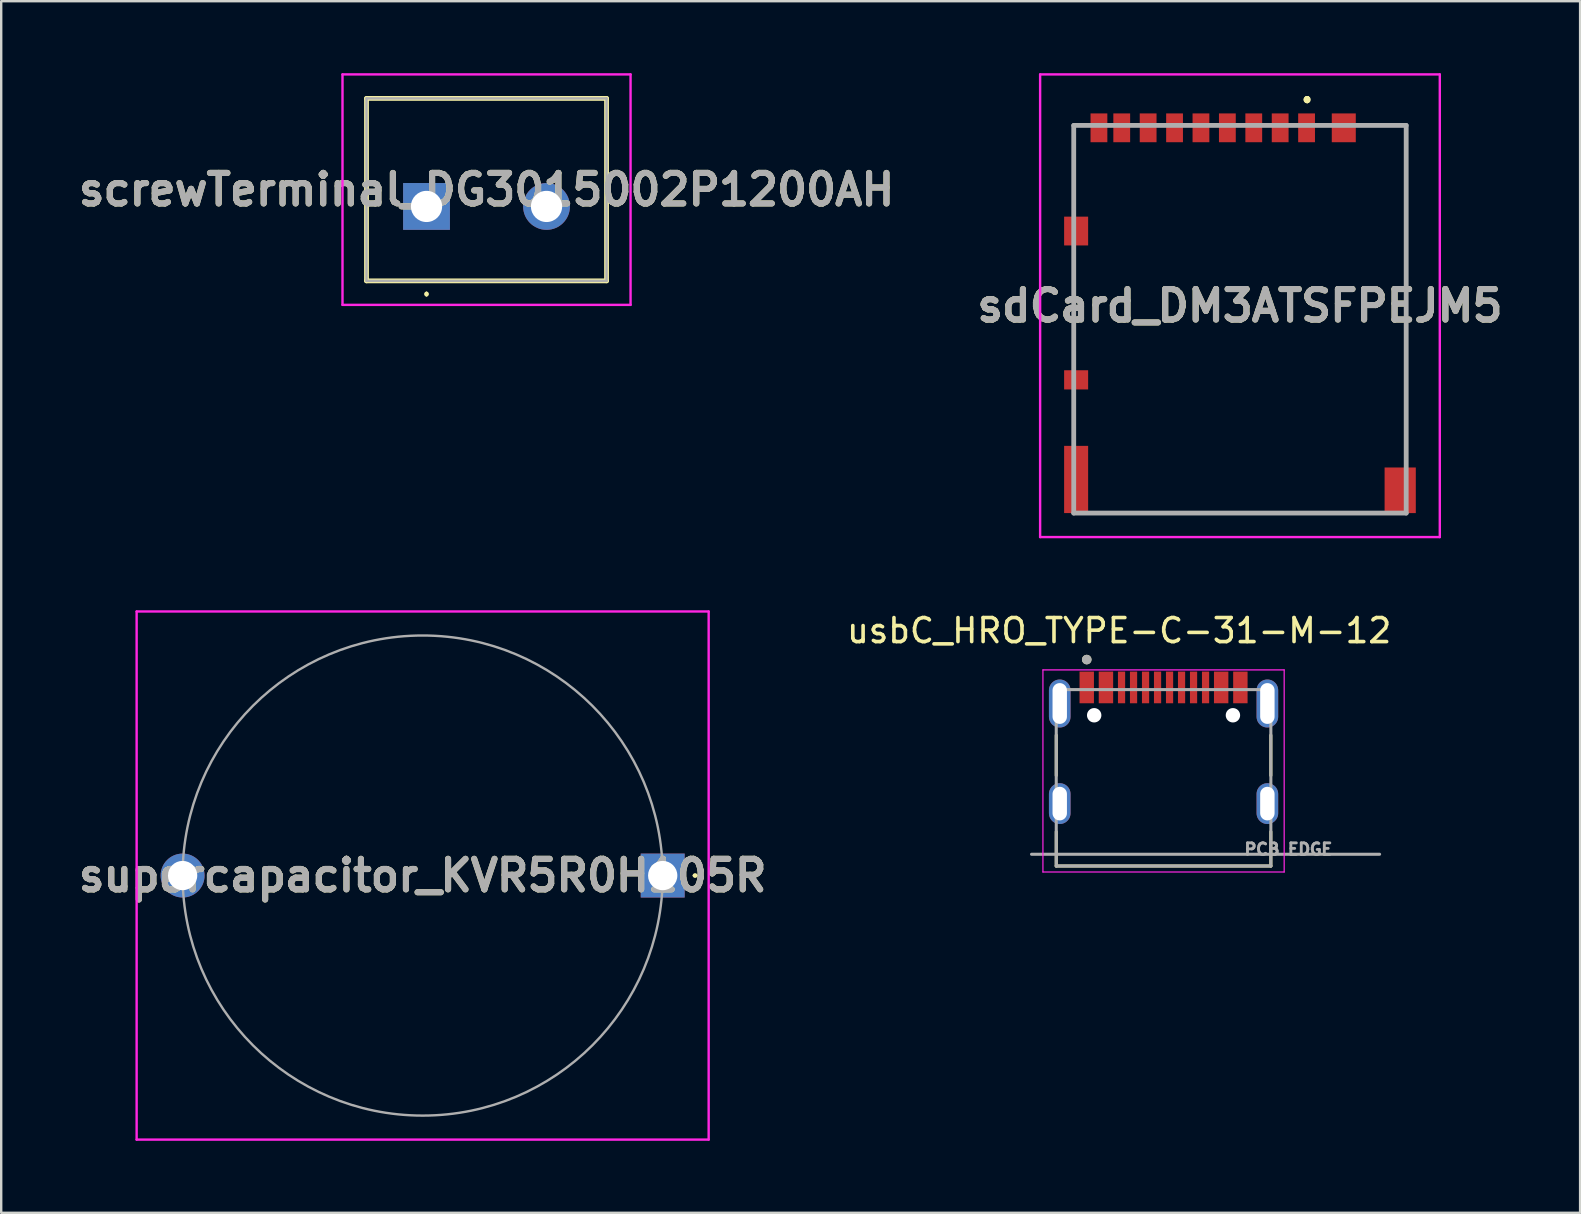
<source format=kicad_pcb>
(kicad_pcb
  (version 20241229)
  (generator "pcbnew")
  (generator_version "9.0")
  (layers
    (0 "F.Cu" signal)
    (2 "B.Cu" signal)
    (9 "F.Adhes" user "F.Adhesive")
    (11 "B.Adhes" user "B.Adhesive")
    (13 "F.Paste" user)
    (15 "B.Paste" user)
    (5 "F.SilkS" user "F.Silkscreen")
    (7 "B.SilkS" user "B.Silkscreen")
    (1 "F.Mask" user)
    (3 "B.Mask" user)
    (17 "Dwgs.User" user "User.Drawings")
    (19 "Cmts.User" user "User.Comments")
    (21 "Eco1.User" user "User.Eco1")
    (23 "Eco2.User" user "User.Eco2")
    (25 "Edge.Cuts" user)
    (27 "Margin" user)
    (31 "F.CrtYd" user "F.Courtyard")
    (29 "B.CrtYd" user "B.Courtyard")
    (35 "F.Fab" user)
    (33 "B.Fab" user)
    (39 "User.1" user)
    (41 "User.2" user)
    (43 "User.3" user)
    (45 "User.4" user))
  (footprint "sdCard_DM3ATSFPEJM5"
    (layer "F.Cu")
    (at 48.605 9.687)
    (property "Reference" "sdCard_DM3ATSFPEJM5" (at 0 0 0) (layer "F.SilkS") (effects (font (size 1.27 1.27) (thickness 0.254))))
    (attr smd)
    (fp_line (start -6.925 -7.512) (end -6.925 -4.438) (stroke (width 0.1) (type solid)) (layer "F.SilkS"))
    (fp_line (start -6.925 -1.938) (end -6.925 2.063) (stroke (width 0.1) (type solid)) (layer "F.SilkS"))
    (fp_line (start -6.925 4.063) (end -6.925 5.313) (stroke (width 0.1) (type solid)) (layer "F.SilkS"))
    (fp_line (start 2.8 -8.637) (end 2.8 -8.637) (stroke (width 0.2) (type solid)) (layer "F.SilkS"))
    (fp_line (start 2.8 -8.637) (end 2.8 -8.637) (stroke (width 0.2) (type solid)) (layer "F.SilkS"))
    (fp_line (start 2.8 -8.537) (end 2.8 -8.537) (stroke (width 0.2) (type solid)) (layer "F.SilkS"))
    (fp_line (start 5.5 -7.512) (end 6.925 -7.512) (stroke (width 0.1) (type solid)) (layer "F.SilkS"))
    (fp_line (start 5.5 8.637) (end -5.75 8.637) (stroke (width 0.1) (type solid)) (layer "F.SilkS"))
    (fp_line (start 6.925 -7.512) (end 6.925 6.313) (stroke (width 0.1) (type solid)) (layer "F.SilkS"))
    (fp_arc (start 2.8 -8.637) (mid 2.85 -8.587) (end 2.8 -8.537) (stroke (width 0.2) (type solid)) (layer "F.SilkS"))
    (fp_arc (start 2.8 -8.537) (mid 2.75 -8.587) (end 2.8 -8.637) (stroke (width 0.2) (type solid)) (layer "F.SilkS"))
    (fp_arc (start 2.8 -8.537) (mid 2.75 -8.587) (end 2.8 -8.637) (stroke (width 0.2) (type solid)) (layer "F.SilkS"))
    (fp_line (start -8.325 -9.637) (end 8.325 -9.637) (stroke (width 0.1) (type solid)) (layer "F.CrtYd"))
    (fp_line (start -8.325 9.637) (end -8.325 -9.637) (stroke (width 0.1) (type solid)) (layer "F.CrtYd"))
    (fp_line (start 8.325 -9.637) (end 8.325 9.637) (stroke (width 0.1) (type solid)) (layer "F.CrtYd"))
    (fp_line (start 8.325 9.637) (end -8.325 9.637) (stroke (width 0.1) (type solid)) (layer "F.CrtYd"))
    (fp_line (start -6.925 -7.512) (end 6.925 -7.512) (stroke (width 0.2) (type solid)) (layer "F.Fab"))
    (fp_line (start -6.925 8.637) (end -6.925 -7.512) (stroke (width 0.2) (type solid)) (layer "F.Fab"))
    (fp_line (start 6.925 -7.512) (end 6.925 8.637) (stroke (width 0.2) (type solid)) (layer "F.Fab"))
    (fp_line (start 6.925 8.637) (end -6.925 8.637) (stroke (width 0.2) (type solid)) (layer "F.Fab"))
    (fp_text user "${REFERENCE}" (at 0 0 0) (layer "F.Fab") (effects (font (size 1.27 1.27) (thickness 0.254))))
    (pad "1" smd rect (at 2.775 -7.412) (size 0.7 1.2) (layers "F.Cu" "F.Mask" "F.Paste"))
    (pad "2" smd rect (at 1.675 -7.412) (size 0.7 1.2) (layers "F.Cu" "F.Mask" "F.Paste"))
    (pad "3" smd rect (at 0.575 -7.412) (size 0.7 1.2) (layers "F.Cu" "F.Mask" "F.Paste"))
    (pad "4" smd rect (at -0.525 -7.412) (size 0.7 1.2) (layers "F.Cu" "F.Mask" "F.Paste"))
    (pad "5" smd rect (at -1.625 -7.412) (size 0.7 1.2) (layers "F.Cu" "F.Mask" "F.Paste"))
    (pad "6" smd rect (at -2.725 -7.412) (size 0.7 1.2) (layers "F.Cu" "F.Mask" "F.Paste"))
    (pad "7" smd rect (at -3.825 -7.412) (size 0.7 1.2) (layers "F.Cu" "F.Mask" "F.Paste"))
    (pad "8" smd rect (at -4.925 -7.412) (size 0.7 1.2) (layers "F.Cu" "F.Mask" "F.Paste"))
    (pad "MP1" smd rect (at 4.325 -7.412) (size 1 1.2) (layers "F.Cu" "F.Mask" "F.Paste"))
    (pad "MP2" smd rect (at -5.875 -7.412) (size 0.7 1.2) (layers "F.Cu" "F.Mask" "F.Paste"))
    (pad "MP3" smd rect (at -6.825 -3.112) (size 1 1.2) (layers "F.Cu" "F.Mask" "F.Paste"))
    (pad "MP4" smd rect (at -6.825 3.087 90) (size 0.8 1) (layers "F.Cu" "F.Mask" "F.Paste"))
    (pad "MP5" smd rect (at -6.825 7.237) (size 1 2.8) (layers "F.Cu" "F.Mask" "F.Paste"))
    (pad "MP6" smd rect (at 6.675 7.688) (size 1.3 1.9) (layers "F.Cu" "F.Mask" "F.Paste")))
  (footprint "usbC_HRO_TYPE-C-31-M-12"
    (layer "F.Cu")
    (at 45.422 30.427)
    (property "Reference" "usbC_HRO_TYPE-C-31-M-12" (at -1.85 -7.205 0) (layer "F.SilkS") (effects (font (size 1 1) (thickness 0.15))))
    (attr smd)
    (fp_poly (pts (xy -3.55 -5.57) (xy -2.85 -5.57) (xy -2.85 -4.13) (xy -3.55 -4.13)) (stroke (width 0.01) (type solid)) (fill yes) (layer "F.Mask"))
    (fp_poly (pts (xy -2.75 -5.57) (xy -2.05 -5.57) (xy -2.05 -4.13) (xy -2.75 -4.13)) (stroke (width 0.01) (type solid)) (fill yes) (layer "F.Mask"))
    (fp_poly (pts (xy -1.95 -5.57) (xy -1.55 -5.57) (xy -1.55 -4.13) (xy -1.95 -4.13)) (stroke (width 0.01) (type solid)) (fill yes) (layer "F.Mask"))
    (fp_poly (pts (xy -1.45 -5.57) (xy -1.05 -5.57) (xy -1.05 -4.13) (xy -1.45 -4.13)) (stroke (width 0.01) (type solid)) (fill yes) (layer "F.Mask"))
    (fp_poly (pts (xy -0.95 -5.57) (xy -0.55 -5.57) (xy -0.55 -4.13) (xy -0.95 -4.13)) (stroke (width 0.01) (type solid)) (fill yes) (layer "F.Mask"))
    (fp_poly (pts (xy -0.45 -5.57) (xy -0.05 -5.57) (xy -0.05 -4.13) (xy -0.45 -4.13)) (stroke (width 0.01) (type solid)) (fill yes) (layer "F.Mask"))
    (fp_poly (pts (xy 0.05 -5.57) (xy 0.45 -5.57) (xy 0.45 -4.13) (xy 0.05 -4.13)) (stroke (width 0.01) (type solid)) (fill yes) (layer "F.Mask"))
    (fp_poly (pts (xy 0.55 -5.57) (xy 0.95 -5.57) (xy 0.95 -4.13) (xy 0.55 -4.13)) (stroke (width 0.01) (type solid)) (fill yes) (layer "F.Mask"))
    (fp_poly (pts (xy 1.05 -5.57) (xy 1.45 -5.57) (xy 1.45 -4.13) (xy 1.05 -4.13)) (stroke (width 0.01) (type solid)) (fill yes) (layer "F.Mask"))
    (fp_poly (pts (xy 1.55 -5.57) (xy 1.95 -5.57) (xy 1.95 -4.13) (xy 1.55 -4.13)) (stroke (width 0.01) (type solid)) (fill yes) (layer "F.Mask"))
    (fp_poly (pts (xy 2.05 -5.57) (xy 2.75 -5.57) (xy 2.75 -4.13) (xy 2.05 -4.13)) (stroke (width 0.01) (type solid)) (fill yes) (layer "F.Mask"))
    (fp_poly (pts (xy 2.85 -5.57) (xy 3.55 -5.57) (xy 3.55 -4.13) (xy 2.85 -4.13)) (stroke (width 0.01) (type solid)) (fill yes) (layer "F.Mask"))
    (fp_line (start -4.47 -2.85) (end -4.47 -1.17) (stroke (width 0.127) (type solid)) (layer "F.SilkS"))
    (fp_line (start -4.47 2.6) (end -4.47 1.17) (stroke (width 0.127) (type solid)) (layer "F.SilkS"))
    (fp_line (start -4.47 2.6) (end 4.47 2.6) (stroke (width 0.127) (type solid)) (layer "F.SilkS"))
    (fp_line (start 4.47 -2.85) (end 4.47 -1.17) (stroke (width 0.127) (type solid)) (layer "F.SilkS"))
    (fp_line (start 4.47 2.6) (end 4.47 1.17) (stroke (width 0.127) (type solid)) (layer "F.SilkS"))
    (fp_circle (center -3.2 -6) (end -3.1 -6) (stroke (width 0.2) (type solid)) (fill no) (layer "F.SilkS"))
    (fp_line (start -5.025 -5.57) (end -5.025 2.85) (stroke (width 0.05) (type solid)) (layer "F.CrtYd"))
    (fp_line (start -5.025 2.85) (end 5.025 2.85) (stroke (width 0.05) (type solid)) (layer "F.CrtYd"))
    (fp_line (start 5.025 -5.57) (end -5.025 -5.57) (stroke (width 0.05) (type solid)) (layer "F.CrtYd"))
    (fp_line (start 5.025 2.85) (end 5.025 -5.57) (stroke (width 0.05) (type solid)) (layer "F.CrtYd"))
    (fp_line (start -5.5 2.11) (end 9 2.11) (stroke (width 0.127) (type solid)) (layer "F.Fab"))
    (fp_line (start -4.47 -4.75) (end -4.47 2.6) (stroke (width 0.127) (type solid)) (layer "F.Fab"))
    (fp_line (start -4.47 2.6) (end 4.47 2.6) (stroke (width 0.127) (type solid)) (layer "F.Fab"))
    (fp_line (start 4.47 -4.75) (end -4.47 -4.75) (stroke (width 0.127) (type solid)) (layer "F.Fab"))
    (fp_line (start 4.47 2.6) (end 4.47 -4.75) (stroke (width 0.127) (type solid)) (layer "F.Fab"))
    (fp_circle (center -3.2 -6) (end -3.1 -6) (stroke (width 0.2) (type solid)) (fill no) (layer "F.Fab"))
    (fp_text user "PCB EDGE" (at 5.2 1.9 0) (layer "F.Fab") (effects (font (size 0.48 0.48) (thickness 0.15))))
    (pad "" np_thru_hole circle (at -2.89 -3.68) (size 0.6 0.6) (drill 0.6) (layers "*.Cu" "*.Mask"))
    (pad "" np_thru_hole circle (at 2.89 -3.68) (size 0.6 0.6) (drill 0.6) (layers "*.Cu" "*.Mask"))
    (pad "A1_B12" smd rect (at -3.2 -4.84) (size 0.6 1.32) (layers "F.Cu" "F.Paste"))
    (pad "A4_B9" smd rect (at -2.4 -4.84) (size 0.6 1.32) (layers "F.Cu" "F.Paste"))
    (pad "A5" smd rect (at -1.25 -4.84) (size 0.3 1.32) (layers "F.Cu" "F.Paste"))
    (pad "A6" smd rect (at -0.25 -4.84) (size 0.3 1.32) (layers "F.Cu" "F.Paste"))
    (pad "A7" smd rect (at 0.25 -4.84) (size 0.3 1.32) (layers "F.Cu" "F.Paste"))
    (pad "A8" smd rect (at 1.25 -4.84) (size 0.3 1.32) (layers "F.Cu" "F.Paste"))
    (pad "B1_A12" smd rect (at 3.2 -4.84) (size 0.6 1.32) (layers "F.Cu" "F.Paste"))
    (pad "B4_A9" smd rect (at 2.4 -4.84) (size 0.6 1.32) (layers "F.Cu" "F.Paste"))
    (pad "B5" smd rect (at 1.75 -4.84) (size 0.3 1.32) (layers "F.Cu" "F.Paste"))
    (pad "B6" smd rect (at 0.75 -4.84) (size 0.3 1.32) (layers "F.Cu" "F.Paste"))
    (pad "B7" smd rect (at -0.75 -4.84) (size 0.3 1.32) (layers "F.Cu" "F.Paste"))
    (pad "B8" smd rect (at -1.75 -4.84) (size 0.3 1.32) (layers "F.Cu" "F.Paste"))
    (pad "S1" thru_hole oval (at -4.325 -4.17) (size 0.9 2) (drill oval 0.6 1.7) (layers "*.Cu" "*.Mask"))
    (pad "S2" thru_hole oval (at 4.325 -4.17) (size 0.9 2) (drill oval 0.6 1.7) (layers "*.Cu" "*.Mask"))
    (pad "S3" thru_hole oval (at -4.325 0) (size 0.9 1.7) (drill oval 0.6 1.4) (layers "*.Cu" "*.Mask"))
    (pad "S4" thru_hole oval (at 4.325 0) (size 0.9 1.7) (drill oval 0.6 1.4) (layers "*.Cu" "*.Mask")))
  (footprint "supercapacitor_KVR5R0H105R"
    (layer "F.Cu")
    (at 24.557 33.424)
    (property "Reference" "supercapacitor_KVR5R0H105R" (at -10 0 0) (layer "F.SilkS") (effects (font (size 1.27 1.27) (thickness 0.254))))
    (attr through_hole)
    (fp_line (start 1.3 0) (end 1.3 0) (stroke (width 0.1) (type solid)) (layer "F.SilkS"))
    (fp_line (start 1.4 0) (end 1.4 0) (stroke (width 0.1) (type solid)) (layer "F.SilkS"))
    (fp_arc (start 1.3 0) (mid 1.35 -0.05) (end 1.4 0) (stroke (width 0.1) (type solid)) (layer "F.SilkS"))
    (fp_arc (start 1.4 0) (mid 1.35 0.05) (end 1.3 0) (stroke (width 0.1) (type solid)) (layer "F.SilkS"))
    (fp_line (start -21.915 -11) (end 1.915 -11) (stroke (width 0.1) (type solid)) (layer "F.CrtYd"))
    (fp_line (start -21.915 11) (end -21.915 -11) (stroke (width 0.1) (type solid)) (layer "F.CrtYd"))
    (fp_line (start 1.915 -11) (end 1.915 11) (stroke (width 0.1) (type solid)) (layer "F.CrtYd"))
    (fp_line (start 1.915 11) (end -21.915 11) (stroke (width 0.1) (type solid)) (layer "F.CrtYd"))
    (fp_line (start -20 0) (end -20 0) (stroke (width 0.1) (type solid)) (layer "F.Fab"))
    (fp_line (start 0 0) (end 0 0) (stroke (width 0.1) (type solid)) (layer "F.Fab"))
    (fp_arc (start -20 0) (mid -10 -10) (end 0 0) (stroke (width 0.1) (type solid)) (layer "F.Fab"))
    (fp_arc (start 0 0) (mid -10 10) (end -20 0) (stroke (width 0.1) (type solid)) (layer "F.Fab"))
    (fp_text user "${REFERENCE}" (at -10 0 0) (layer "F.Fab") (effects (font (size 1.27 1.27) (thickness 0.254))))
    (pad "1" thru_hole rect (at 0 0) (size 1.83 1.83) (drill 1.22) (layers "*.Cu" "*.Mask"))
    (pad "2" thru_hole circle (at -20 0) (size 1.83 1.83) (drill 1.22) (layers "*.Cu" "*.Mask")))
  (footprint "screwTerminal_DG3015002P1200AH"
    (layer "F.Cu")
    (at 14.718 5.55)
    (property "Reference" "screwTerminal_DG3015002P1200AH" (at 2.5 -0.7 0) (layer "F.SilkS") (effects (font (size 1.27 1.27) (thickness 0.254))))
    (attr through_hole)
    (fp_line (start -2.5 -4.5) (end -2.5 3.1) (stroke (width 0.2) (type solid)) (layer "F.SilkS"))
    (fp_line (start -2.5 3.1) (end 7.5 3.1) (stroke (width 0.2) (type solid)) (layer "F.SilkS"))
    (fp_line (start 0 3.6) (end 0 3.6) (stroke (width 0.1) (type solid)) (layer "F.SilkS"))
    (fp_line (start 0 3.7) (end 0 3.7) (stroke (width 0.1) (type solid)) (layer "F.SilkS"))
    (fp_line (start 7.5 -4.5) (end -2.5 -4.5) (stroke (width 0.2) (type solid)) (layer "F.SilkS"))
    (fp_line (start 7.5 3.1) (end 7.5 -4.5) (stroke (width 0.2) (type solid)) (layer "F.SilkS"))
    (fp_arc (start 0 3.6) (mid 0.05 3.65) (end 0 3.7) (stroke (width 0.1) (type solid)) (layer "F.SilkS"))
    (fp_arc (start 0 3.7) (mid -0.05 3.65) (end 0 3.6) (stroke (width 0.1) (type solid)) (layer "F.SilkS"))
    (fp_line (start -3.5 -5.5) (end 8.5 -5.5) (stroke (width 0.1) (type solid)) (layer "F.CrtYd"))
    (fp_line (start -3.5 4.1) (end -3.5 -5.5) (stroke (width 0.1) (type solid)) (layer "F.CrtYd"))
    (fp_line (start 8.5 -5.5) (end 8.5 4.1) (stroke (width 0.1) (type solid)) (layer "F.CrtYd"))
    (fp_line (start 8.5 4.1) (end -3.5 4.1) (stroke (width 0.1) (type solid)) (layer "F.CrtYd"))
    (fp_line (start -2.5 -4.5) (end -2.5 3.1) (stroke (width 0.1) (type solid)) (layer "F.Fab"))
    (fp_line (start -2.5 3.1) (end 7.5 3.1) (stroke (width 0.1) (type solid)) (layer "F.Fab"))
    (fp_line (start 7.5 -4.5) (end -2.5 -4.5) (stroke (width 0.1) (type solid)) (layer "F.Fab"))
    (fp_line (start 7.5 3.1) (end 7.5 -4.5) (stroke (width 0.1) (type solid)) (layer "F.Fab"))
    (fp_text user "${REFERENCE}" (at 2.5 -0.7 0) (layer "F.Fab") (effects (font (size 1.27 1.27) (thickness 0.254))))
    (pad "1" thru_hole rect (at 0 0) (size 1.95 1.95) (drill 1.3) (layers "*.Cu" "*.Mask"))
    (pad "2" thru_hole circle (at 5 0) (size 1.95 1.95) (drill 1.3) (layers "*.Cu" "*.Mask")))
  (gr_rect
    (start -3 -3)
    (end 62.775 47.474)
    (stroke (width 0.1) (type default))
    (fill no)
    (layer "Edge.Cuts")))
</source>
